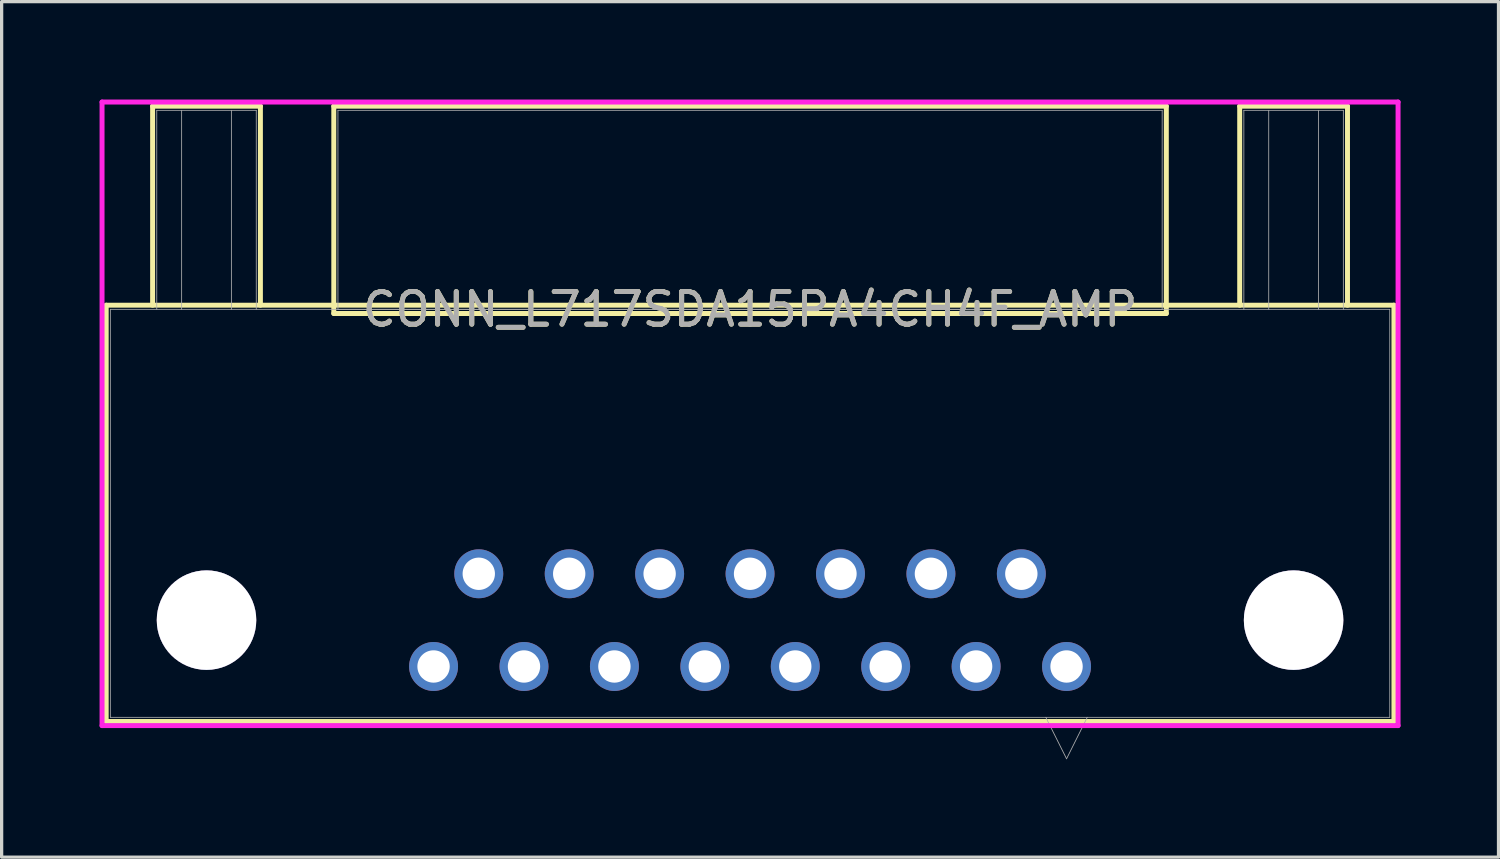
<source format=kicad_pcb>
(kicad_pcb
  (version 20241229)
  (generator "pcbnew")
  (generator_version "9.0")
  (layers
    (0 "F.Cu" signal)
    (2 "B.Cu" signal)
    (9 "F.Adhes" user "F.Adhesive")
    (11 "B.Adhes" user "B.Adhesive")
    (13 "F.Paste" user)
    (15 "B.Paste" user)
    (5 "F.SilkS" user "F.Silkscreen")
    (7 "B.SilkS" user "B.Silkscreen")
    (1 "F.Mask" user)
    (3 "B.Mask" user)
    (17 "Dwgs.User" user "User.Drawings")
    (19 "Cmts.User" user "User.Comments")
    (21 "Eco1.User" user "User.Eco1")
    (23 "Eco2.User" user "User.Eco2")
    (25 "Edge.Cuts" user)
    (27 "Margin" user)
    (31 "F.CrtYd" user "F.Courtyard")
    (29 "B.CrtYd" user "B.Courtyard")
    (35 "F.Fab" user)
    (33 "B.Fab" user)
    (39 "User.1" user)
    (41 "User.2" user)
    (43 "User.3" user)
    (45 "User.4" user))
  (footprint "CONN_L717SDA15PA4CH4F_AMP"
    (layer "F.Cu")
    (at 19.926 6.426)
    (property "Reference" "CONN_L717SDA15PA4CH4F_AMP" (at 0 0 0) (unlocked yes) (layer "F.SilkS") (effects (font (size 1 1) (thickness 0.15))))
    (attr through_hole)
    (fp_line (start -19.723 -0.127) (end -19.723 12.624) (stroke (width 0.152) (type solid)) (layer "F.SilkS"))
    (fp_line (start -19.723 12.624) (end 19.723 12.624) (stroke (width 0.152) (type solid)) (layer "F.SilkS"))
    (fp_line (start -18.301 -6.223) (end -14.999 -6.223) (stroke (width 0.152) (type solid)) (layer "F.SilkS"))
    (fp_line (start -18.301 -0.127) (end -18.301 -6.223) (stroke (width 0.152) (type solid)) (layer "F.SilkS"))
    (fp_line (start -14.999 -6.223) (end -14.999 -0.127) (stroke (width 0.152) (type solid)) (layer "F.SilkS"))
    (fp_line (start -12.751 -6.223) (end -12.751 0.127) (stroke (width 0.152) (type solid)) (layer "F.SilkS"))
    (fp_line (start -12.751 0.127) (end 12.751 0.127) (stroke (width 0.152) (type solid)) (layer "F.SilkS"))
    (fp_line (start 12.751 -6.223) (end -12.751 -6.223) (stroke (width 0.152) (type solid)) (layer "F.SilkS"))
    (fp_line (start 12.751 0.127) (end 12.751 -6.223) (stroke (width 0.152) (type solid)) (layer "F.SilkS"))
    (fp_line (start 14.999 -6.223) (end 18.301 -6.223) (stroke (width 0.152) (type solid)) (layer "F.SilkS"))
    (fp_line (start 14.999 -0.127) (end 14.999 -6.223) (stroke (width 0.152) (type solid)) (layer "F.SilkS"))
    (fp_line (start 18.301 -6.223) (end 18.301 -0.127) (stroke (width 0.152) (type solid)) (layer "F.SilkS"))
    (fp_line (start 19.723 -0.127) (end -19.723 -0.127) (stroke (width 0.152) (type solid)) (layer "F.SilkS"))
    (fp_line (start 19.723 12.624) (end 19.723 -0.127) (stroke (width 0.152) (type solid)) (layer "F.SilkS"))
    (fp_line (start -19.85 -6.35) (end -19.85 12.751) (stroke (width 0.152) (type solid)) (layer "F.CrtYd"))
    (fp_line (start -19.85 12.751) (end 19.85 12.751) (stroke (width 0.152) (type solid)) (layer "F.CrtYd"))
    (fp_line (start 19.85 -6.35) (end -19.85 -6.35) (stroke (width 0.152) (type solid)) (layer "F.CrtYd"))
    (fp_line (start 19.85 12.751) (end 19.85 -6.35) (stroke (width 0.152) (type solid)) (layer "F.CrtYd"))
    (fp_line (start -19.596 0) (end -19.596 12.497) (stroke (width 0.025) (type solid)) (layer "F.Fab"))
    (fp_line (start -19.596 12.497) (end 19.596 12.497) (stroke (width 0.025) (type solid)) (layer "F.Fab"))
    (fp_line (start -18.174 -6.096) (end -15.126 -6.096) (stroke (width 0.025) (type solid)) (layer "F.Fab"))
    (fp_line (start -18.174 0) (end -18.174 -6.096) (stroke (width 0.025) (type solid)) (layer "F.Fab"))
    (fp_line (start -17.412 0) (end -17.412 -6.096) (stroke (width 0.025) (type solid)) (layer "F.Fab"))
    (fp_line (start -15.888 -6.096) (end -15.888 0) (stroke (width 0.025) (type solid)) (layer "F.Fab"))
    (fp_line (start -15.126 -6.096) (end -15.126 0) (stroke (width 0.025) (type solid)) (layer "F.Fab"))
    (fp_line (start -12.624 -6.096) (end -12.624 0) (stroke (width 0.025) (type solid)) (layer "F.Fab"))
    (fp_line (start -12.624 0) (end 12.624 0) (stroke (width 0.025) (type solid)) (layer "F.Fab"))
    (fp_line (start 9.06 12.497) (end 9.695 13.767) (stroke (width 0.025) (type solid)) (layer "F.Fab"))
    (fp_line (start 10.33 12.497) (end 9.695 13.767) (stroke (width 0.025) (type solid)) (layer "F.Fab"))
    (fp_line (start 12.624 -6.096) (end -12.624 -6.096) (stroke (width 0.025) (type solid)) (layer "F.Fab"))
    (fp_line (start 12.624 0) (end 12.624 -6.096) (stroke (width 0.025) (type solid)) (layer "F.Fab"))
    (fp_line (start 15.126 -6.096) (end 18.174 -6.096) (stroke (width 0.025) (type solid)) (layer "F.Fab"))
    (fp_line (start 15.126 0) (end 15.126 -6.096) (stroke (width 0.025) (type solid)) (layer "F.Fab"))
    (fp_line (start 15.888 0) (end 15.888 -6.096) (stroke (width 0.025) (type solid)) (layer "F.Fab"))
    (fp_line (start 17.412 -6.096) (end 17.412 0) (stroke (width 0.025) (type solid)) (layer "F.Fab"))
    (fp_line (start 18.174 -6.096) (end 18.174 0) (stroke (width 0.025) (type solid)) (layer "F.Fab"))
    (fp_line (start 19.596 0) (end -19.596 0) (stroke (width 0.025) (type solid)) (layer "F.Fab"))
    (fp_line (start 19.596 12.497) (end 19.596 0) (stroke (width 0.025) (type solid)) (layer "F.Fab"))
    (fp_text user "${REFERENCE}" (at 0 0 0) (unlocked yes) (layer "F.Fab") (effects (font (size 1 1) (thickness 0.15))))
    (pad "1" thru_hole circle (at 9.695 10.94) (size 1.499 1.499) (drill 0.991) (layers "*.Cu" "*.Mask"))
    (pad "2" thru_hole circle (at 6.925 10.94) (size 1.499 1.499) (drill 0.991) (layers "*.Cu" "*.Mask"))
    (pad "3" thru_hole circle (at 4.155 10.94) (size 1.499 1.499) (drill 0.991) (layers "*.Cu" "*.Mask"))
    (pad "4" thru_hole circle (at 1.385 10.94) (size 1.499 1.499) (drill 0.991) (layers "*.Cu" "*.Mask"))
    (pad "5" thru_hole circle (at -1.385 10.94) (size 1.499 1.499) (drill 0.991) (layers "*.Cu" "*.Mask"))
    (pad "6" thru_hole circle (at -4.155 10.94) (size 1.499 1.499) (drill 0.991) (layers "*.Cu" "*.Mask"))
    (pad "7" thru_hole circle (at -6.925 10.94) (size 1.499 1.499) (drill 0.991) (layers "*.Cu" "*.Mask"))
    (pad "8" thru_hole circle (at -9.695 10.94) (size 1.499 1.499) (drill 0.991) (layers "*.Cu" "*.Mask"))
    (pad "9" thru_hole circle (at 8.31 8.1) (size 1.499 1.499) (drill 0.991) (layers "*.Cu" "*.Mask"))
    (pad "10" thru_hole circle (at 5.54 8.1) (size 1.499 1.499) (drill 0.991) (layers "*.Cu" "*.Mask"))
    (pad "11" thru_hole circle (at 2.77 8.1) (size 1.499 1.499) (drill 0.991) (layers "*.Cu" "*.Mask"))
    (pad "12" thru_hole circle (at 0 8.1) (size 1.499 1.499) (drill 0.991) (layers "*.Cu" "*.Mask"))
    (pad "13" thru_hole circle (at -2.77 8.1) (size 1.499 1.499) (drill 0.991) (layers "*.Cu" "*.Mask"))
    (pad "14" thru_hole circle (at -5.54 8.1) (size 1.499 1.499) (drill 0.991) (layers "*.Cu" "*.Mask"))
    (pad "15" thru_hole circle (at -8.31 8.1) (size 1.499 1.499) (drill 0.991) (layers "*.Cu" "*.Mask"))
    (pad "16" thru_hole circle (at -16.65 9.52) (size 3.048 3.048) (drill 3.048) (layers "*.Cu" "*.Mask"))
    (pad "17" thru_hole circle (at 16.65 9.52) (size 3.048 3.048) (drill 3.048) (layers "*.Cu" "*.Mask")))
  (gr_rect
    (start -3 -3)
    (end 42.853 23.206)
    (stroke (width 0.1) (type default))
    (fill no)
    (layer "Edge.Cuts")))
</source>
